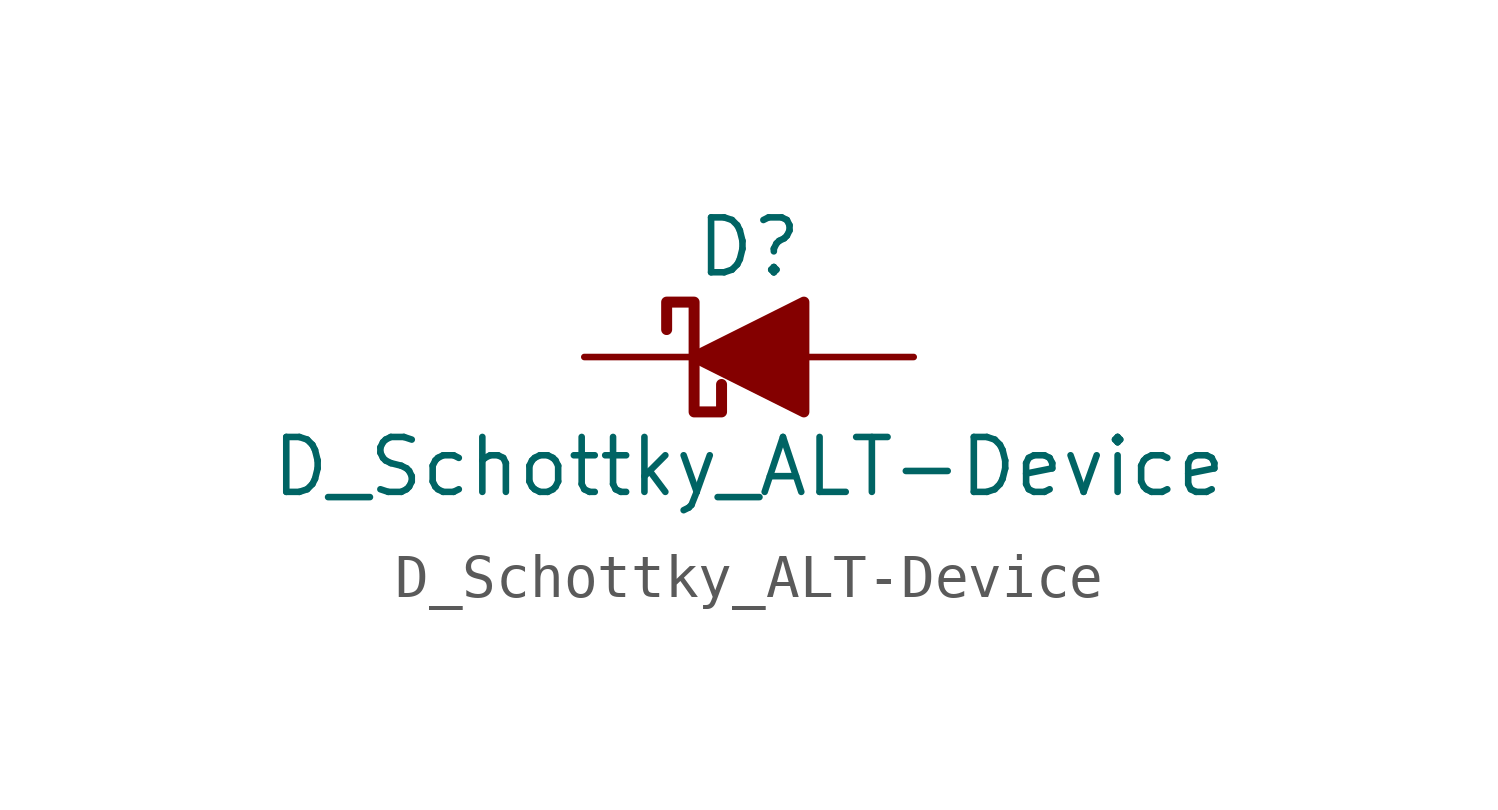
<source format=kicad_sym>
(kicad_symbol_lib
  (version 20211014)
  (generator kicad_symbol_editor)
  (symbol "D_Schottky_ALT-Device"
    (pin_numbers hide)
    (pin_names
      (offset 1.016) hide)
    (property "Reference" "D"
      (at 0 2.54 0)
      (effects (font (size 1.27 1.27))))
    (property "Value" "D_Schottky_ALT-Device"
      (at 0 -2.54 0)
      (effects (font (size 1.27 1.27))))
    (symbol "D_Schottky_ALT-Device_0_1"
      (polyline (pts (xy 1.27 0) (xy -1.27 0)) (stroke (width 0) (type default) (color 0 0 0 0)) (fill (type none)))
      (polyline (pts (xy 1.27 1.27) (xy 1.27 -1.27) (xy -1.27 0) (xy 1.27 1.27)) (stroke (width 0.254) (type default) (color 0 0 0 0)) (fill (type outline)))
      (polyline (pts (xy -1.905 0.635) (xy -1.905 1.27) (xy -1.27 1.27) (xy -1.27 -1.27) (xy -0.635 -1.27) (xy -0.635 -0.635)) (stroke (width 0.254) (type default) (color 0 0 0 0)) (fill (type none))))
    (symbol "D_Schottky_ALT-Device_1_1"
      (pin passive line (at -3.81 0 0) (length 2.54) (name "K" (effects (font (size 1.27 1.27)))) (number "1" (effects (font (size 1.27 1.27)))))
      (pin passive line (at 3.81 0 180) (length 2.54) (name "A" (effects (font (size 1.27 1.27)))) (number "2" (effects (font (size 1.27 1.27))))))))
</source>
